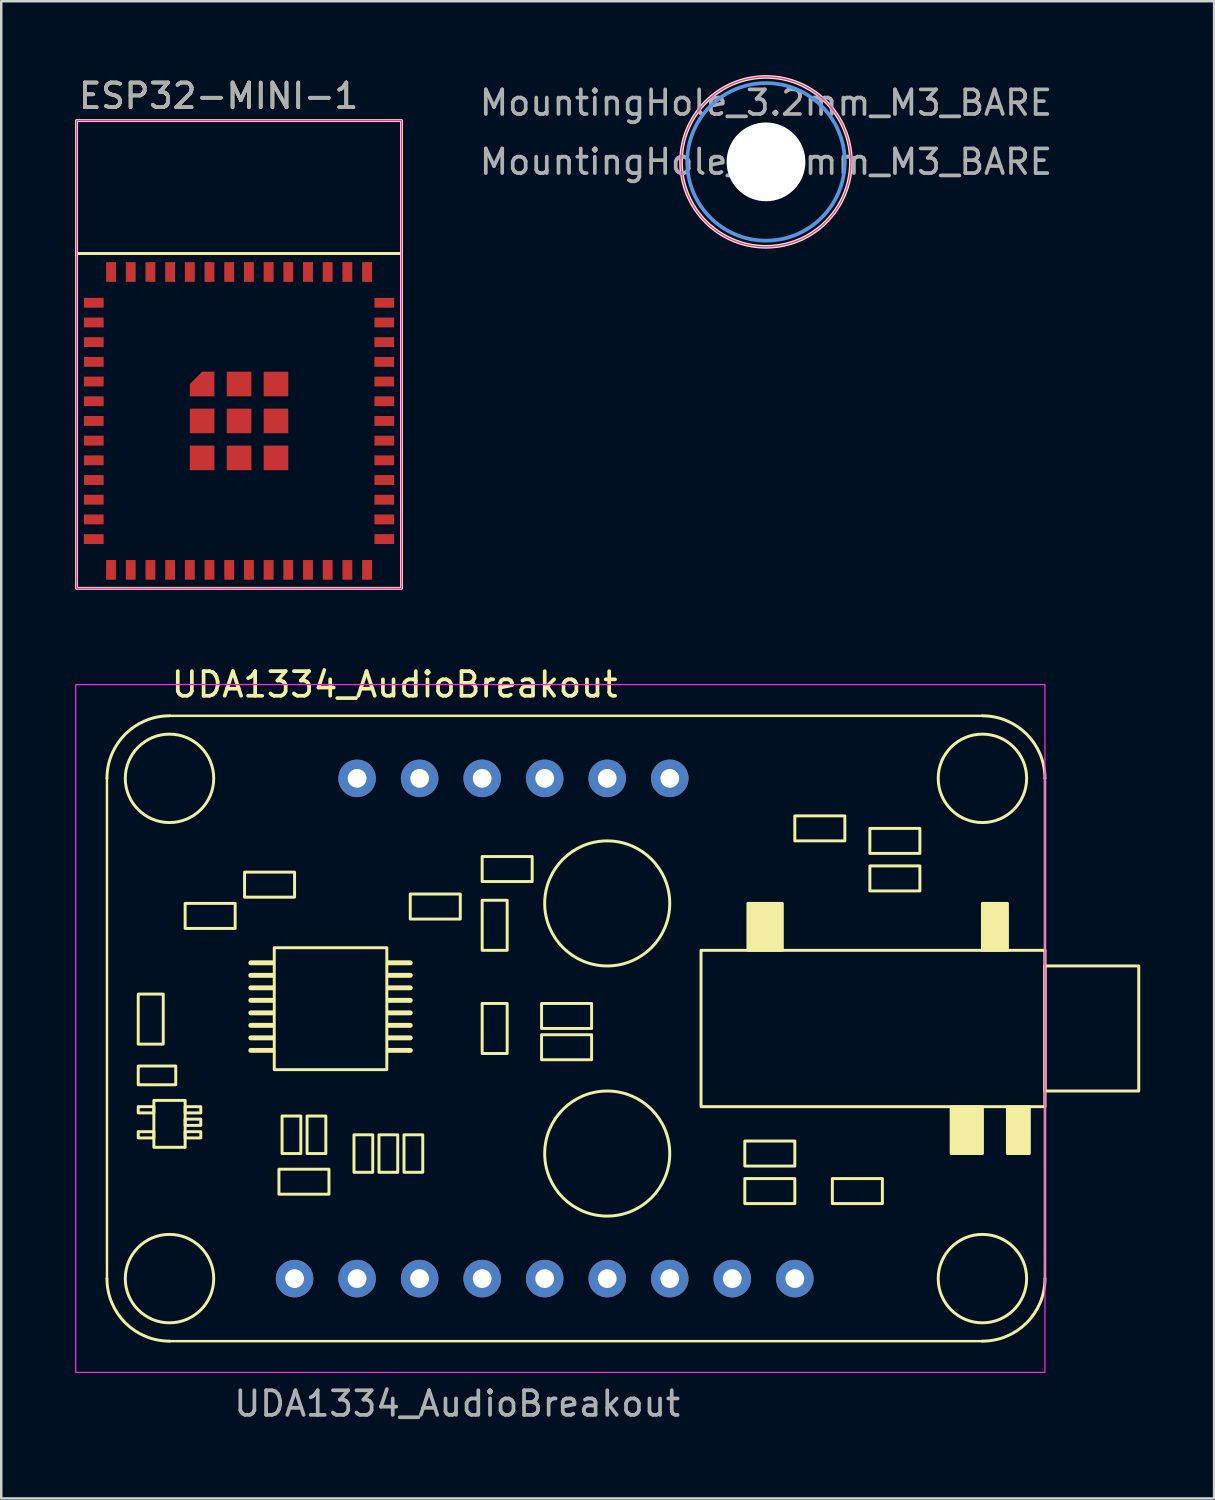
<source format=kicad_pcb>
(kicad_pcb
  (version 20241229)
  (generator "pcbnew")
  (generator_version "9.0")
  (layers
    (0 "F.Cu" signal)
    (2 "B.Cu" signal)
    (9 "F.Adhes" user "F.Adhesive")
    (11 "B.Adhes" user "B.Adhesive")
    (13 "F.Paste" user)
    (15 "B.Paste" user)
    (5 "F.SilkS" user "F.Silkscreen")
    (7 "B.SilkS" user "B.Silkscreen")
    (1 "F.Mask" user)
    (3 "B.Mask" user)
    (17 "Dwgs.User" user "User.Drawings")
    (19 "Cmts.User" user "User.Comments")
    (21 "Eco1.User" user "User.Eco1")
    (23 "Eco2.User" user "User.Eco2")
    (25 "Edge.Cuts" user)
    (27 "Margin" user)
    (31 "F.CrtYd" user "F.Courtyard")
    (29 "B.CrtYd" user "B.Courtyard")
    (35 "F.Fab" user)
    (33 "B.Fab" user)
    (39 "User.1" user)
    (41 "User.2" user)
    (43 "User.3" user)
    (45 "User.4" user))
  (footprint "MountingHole_3.2mm_M3_BARE"
    (layer "F.Cu")
    (at 28.064 3.525)
    (property "Reference" "MountingHole_3.2mm_M3_BARE" (at 0 -2.4 0) (layer "F.Fab") (effects (font (size 1 1) (thickness 0.15))))
    (attr exclude_from_pos_files exclude_from_bom)
    (fp_circle (center 0 0) (end 3.45 0) (stroke (width 0.15) (type solid)) (fill no) (layer "F.SilkS"))
    (fp_circle (center 0 0) (end 3.2 0) (stroke (width 0.15) (type solid)) (fill no) (layer "Cmts.User"))
    (fp_circle (center 0 0) (end 3.45 0) (stroke (width 0.05) (type solid)) (fill no) (layer "F.CrtYd"))
    (fp_text user "${REFERENCE}" (at 0 0 0) (layer "F.Fab") (effects (font (size 1 1) (thickness 0.15))))
    (pad "" np_thru_hole circle (at 0 0) (size 3.2 3.2) (drill 3.2) (layers "*.Cu" "*.Mask"))
    (zone (net_name "") (layers "F.Cu" "F.Mask" "B.Cu" "B.Mask" "F.Adhes" "B.Adhes" "F.Paste" "B.Paste") (name "MOUNT_FR4_BARE") (hatch edge 0.508) (connect_pads) (min_thickness 0.254) (filled_areas_thickness no) (keepout (tracks not_allowed) (vias not_allowed) (pads allowed) (copperpour not_allowed) (footprints not_allowed)) (placement (enabled no)) (fill) (polygon (pts (xy 31.469 3.525) (xy 31.449 3.157) (xy 31.39 2.794) (xy 31.291 2.439) (xy 31.155 2.097) (xy 30.983 1.771) (xy 30.776 1.466) (xy 30.538 1.185) (xy 30.271 0.932) (xy 29.978 0.709) (xy 29.663 0.519) (xy 29.329 0.364) (xy 28.98 0.245) (xy 28.62 0.166) (xy 28.254 0.125) (xy 27.886 0.125) (xy 27.52 0.164) (xy 27.16 0.242) (xy 26.811 0.359) (xy 26.476 0.513) (xy 26.16 0.702) (xy 25.866 0.924) (xy 25.598 1.177) (xy 25.359 1.457) (xy 25.152 1.761) (xy 24.978 2.086) (xy 24.841 2.428) (xy 24.741 2.782) (xy 24.68 3.145) (xy 24.659 3.513) (xy 24.678 3.881) (xy 24.736 4.245) (xy 24.833 4.6) (xy 24.968 4.942) (xy 25.139 5.269) (xy 25.345 5.574) (xy 25.582 5.856) (xy 25.848 6.11) (xy 26.14 6.335) (xy 26.455 6.526) (xy 26.789 6.682) (xy 27.137 6.801) (xy 27.496 6.882) (xy 27.862 6.924) (xy 28.23 6.926) (xy 28.597 6.888) (xy 28.957 6.811) (xy 29.306 6.695) (xy 29.642 6.543) (xy 29.958 6.354) (xy 30.253 6.133) (xy 30.522 5.882) (xy 30.762 5.603) (xy 30.97 5.299) (xy 31.145 4.975) (xy 31.284 4.634) (xy 31.384 4.279) (xy 31.446 3.916) (xy 31.469 3.549)))))
  (footprint "UDA1334_AudioBreakout"
    (layer "F.Cu")
    (at 1.295 26.026)
    (property "Reference" "UDA1334_AudioBreakout" (at 2.54 -1.27 0) (unlocked yes) (layer "F.SilkS") (effects (font (size 1 1) (thickness 0.15)) (justify left)))
    (attr through_hole)
    (fp_line (start 0 22.86) (end 0 2.54) (stroke (width 0.1) (type solid)) (layer "F.SilkS"))
    (fp_line (start 2.54 0) (end 35.56 0) (stroke (width 0.1) (type solid)) (layer "F.SilkS"))
    (fp_line (start 6.731 10.033) (end 5.842 10.033) (stroke (width 0.2) (type solid)) (layer "F.SilkS"))
    (fp_line (start 6.731 10.541) (end 5.842 10.541) (stroke (width 0.2) (type solid)) (layer "F.SilkS"))
    (fp_line (start 6.731 11.049) (end 5.842 11.049) (stroke (width 0.2) (type solid)) (layer "F.SilkS"))
    (fp_line (start 6.731 11.557) (end 5.842 11.557) (stroke (width 0.2) (type solid)) (layer "F.SilkS"))
    (fp_line (start 6.731 12.065) (end 5.842 12.065) (stroke (width 0.2) (type solid)) (layer "F.SilkS"))
    (fp_line (start 6.731 12.573) (end 5.842 12.573) (stroke (width 0.2) (type solid)) (layer "F.SilkS"))
    (fp_line (start 6.731 13.081) (end 5.842 13.081) (stroke (width 0.2) (type solid)) (layer "F.SilkS"))
    (fp_line (start 6.731 13.589) (end 5.842 13.589) (stroke (width 0.2) (type solid)) (layer "F.SilkS"))
    (fp_line (start 11.43 10.033) (end 12.319 10.033) (stroke (width 0.2) (type solid)) (layer "F.SilkS"))
    (fp_line (start 11.43 10.541) (end 12.319 10.541) (stroke (width 0.2) (type solid)) (layer "F.SilkS"))
    (fp_line (start 11.43 11.049) (end 12.319 11.049) (stroke (width 0.2) (type solid)) (layer "F.SilkS"))
    (fp_line (start 11.43 11.557) (end 12.319 11.557) (stroke (width 0.2) (type solid)) (layer "F.SilkS"))
    (fp_line (start 11.43 12.065) (end 12.319 12.065) (stroke (width 0.2) (type solid)) (layer "F.SilkS"))
    (fp_line (start 11.43 12.573) (end 12.319 12.573) (stroke (width 0.2) (type solid)) (layer "F.SilkS"))
    (fp_line (start 11.43 13.081) (end 12.319 13.081) (stroke (width 0.2) (type solid)) (layer "F.SilkS"))
    (fp_line (start 11.43 13.589) (end 12.319 13.589) (stroke (width 0.2) (type solid)) (layer "F.SilkS"))
    (fp_line (start 35.56 25.4) (end 2.54 25.4) (stroke (width 0.1) (type solid)) (layer "F.SilkS"))
    (fp_line (start 38.1 2.54) (end 38.1 22.86) (stroke (width 0.1) (type solid)) (layer "F.SilkS"))
    (fp_rect (start 1.27 13.335) (end 2.286 11.303) (stroke (width 0.12) (type solid)) (fill no) (layer "F.SilkS"))
    (fp_rect (start 1.27 14.986) (end 2.794 14.224) (stroke (width 0.12) (type solid)) (fill no) (layer "F.SilkS"))
    (fp_rect (start 1.905 16.129) (end 1.27 15.875) (stroke (width 0.12) (type solid)) (fill no) (layer "F.SilkS"))
    (fp_rect (start 1.905 17.145) (end 1.27 16.891) (stroke (width 0.12) (type solid)) (fill no) (layer "F.SilkS"))
    (fp_rect (start 3.175 7.62) (end 5.207 8.636) (stroke (width 0.12) (type solid)) (fill no) (layer "F.SilkS"))
    (fp_rect (start 3.175 15.621) (end 1.905 17.526) (stroke (width 0.12) (type solid)) (fill no) (layer "F.SilkS"))
    (fp_rect (start 3.81 16.129) (end 3.175 15.875) (stroke (width 0.12) (type solid)) (fill no) (layer "F.SilkS"))
    (fp_rect (start 3.81 16.637) (end 3.175 16.383) (stroke (width 0.12) (type solid)) (fill no) (layer "F.SilkS"))
    (fp_rect (start 3.81 17.145) (end 3.175 16.891) (stroke (width 0.12) (type solid)) (fill no) (layer "F.SilkS"))
    (fp_rect (start 5.588 6.35) (end 7.62 7.366) (stroke (width 0.12) (type solid)) (fill no) (layer "F.SilkS"))
    (fp_rect (start 6.795 9.42) (end 11.367 14.373) (stroke (width 0.12) (type solid)) (fill no) (layer "F.SilkS"))
    (fp_rect (start 6.985 18.415) (end 9.017 19.431) (stroke (width 0.12) (type solid)) (fill no) (layer "F.SilkS"))
    (fp_rect (start 7.112 16.256) (end 7.874 17.78) (stroke (width 0.12) (type solid)) (fill no) (layer "F.SilkS"))
    (fp_rect (start 8.128 16.256) (end 8.89 17.78) (stroke (width 0.12) (type solid)) (fill no) (layer "F.SilkS"))
    (fp_rect (start 10.033 17.018) (end 10.795 18.542) (stroke (width 0.12) (type solid)) (fill no) (layer "F.SilkS"))
    (fp_rect (start 11.049 17.018) (end 11.811 18.542) (stroke (width 0.12) (type solid)) (fill no) (layer "F.SilkS"))
    (fp_rect (start 12.065 17.018) (end 12.827 18.542) (stroke (width 0.12) (type solid)) (fill no) (layer "F.SilkS"))
    (fp_rect (start 12.319 7.239) (end 14.351 8.255) (stroke (width 0.12) (type solid)) (fill no) (layer "F.SilkS"))
    (fp_rect (start 15.24 5.715) (end 17.272 6.731) (stroke (width 0.12) (type solid)) (fill no) (layer "F.SilkS"))
    (fp_rect (start 15.24 9.525) (end 16.256 7.493) (stroke (width 0.12) (type solid)) (fill no) (layer "F.SilkS"))
    (fp_rect (start 15.24 13.716) (end 16.256 11.684) (stroke (width 0.12) (type solid)) (fill no) (layer "F.SilkS"))
    (fp_rect (start 19.685 12.7) (end 17.653 11.684) (stroke (width 0.12) (type solid)) (fill no) (layer "F.SilkS"))
    (fp_rect (start 19.685 13.97) (end 17.653 12.954) (stroke (width 0.12) (type solid)) (fill no) (layer "F.SilkS"))
    (fp_rect (start 24.13 9.525) (end 38.1 15.875) (stroke (width 0.12) (type solid)) (fill no) (layer "F.SilkS"))
    (fp_rect (start 26.035 9.525) (end 27.432 7.62) (stroke (width 0.12) (type solid)) (fill yes) (layer "F.SilkS"))
    (fp_rect (start 27.94 18.288) (end 25.908 17.272) (stroke (width 0.12) (type solid)) (fill no) (layer "F.SilkS"))
    (fp_rect (start 27.94 19.812) (end 25.908 18.796) (stroke (width 0.12) (type solid)) (fill no) (layer "F.SilkS"))
    (fp_rect (start 29.972 5.08) (end 27.94 4.064) (stroke (width 0.12) (type solid)) (fill no) (layer "F.SilkS"))
    (fp_rect (start 31.496 19.812) (end 29.464 18.796) (stroke (width 0.12) (type solid)) (fill no) (layer "F.SilkS"))
    (fp_rect (start 33.02 5.588) (end 30.988 4.572) (stroke (width 0.12) (type solid)) (fill no) (layer "F.SilkS"))
    (fp_rect (start 33.02 7.112) (end 30.988 6.096) (stroke (width 0.12) (type solid)) (fill no) (layer "F.SilkS"))
    (fp_rect (start 35.56 15.875) (end 34.29 17.78) (stroke (width 0.12) (type solid)) (fill yes) (layer "F.SilkS"))
    (fp_rect (start 36.576 9.525) (end 35.56 7.62) (stroke (width 0.12) (type solid)) (fill yes) (layer "F.SilkS"))
    (fp_rect (start 36.576 15.875) (end 37.465 17.78) (stroke (width 0.12) (type solid)) (fill yes) (layer "F.SilkS"))
    (fp_rect (start 38.1 10.16) (end 41.91 15.24) (stroke (width 0.12) (type solid)) (fill no) (layer "F.SilkS"))
    (fp_arc (start 0 2.54) (mid 0.743949 0.743949) (end 2.54 0) (stroke (width 0.12) (type solid)) (layer "F.SilkS"))
    (fp_arc (start 2.54 25.4) (mid 0.743949 24.656051) (end 0 22.86) (stroke (width 0.12) (type solid)) (layer "F.SilkS"))
    (fp_arc (start 35.56 0) (mid 37.356051 0.743949) (end 38.1 2.54) (stroke (width 0.12) (type solid)) (layer "F.SilkS"))
    (fp_arc (start 38.1 22.86) (mid 37.356051 24.656051) (end 35.56 25.4) (stroke (width 0.12) (type solid)) (layer "F.SilkS"))
    (fp_circle (center 2.54 2.54) (end 3.81 1.27) (stroke (width 0.12) (type solid)) (fill no) (layer "F.SilkS"))
    (fp_circle (center 2.54 22.86) (end 3.81 21.59) (stroke (width 0.12) (type solid)) (fill no) (layer "F.SilkS"))
    (fp_circle (center 20.32 7.62) (end 22.86 7.62) (stroke (width 0.12) (type solid)) (fill no) (layer "F.SilkS"))
    (fp_circle (center 20.32 17.78) (end 22.86 17.78) (stroke (width 0.12) (type solid)) (fill no) (layer "F.SilkS"))
    (fp_circle (center 35.56 2.54) (end 36.83 1.27) (stroke (width 0.12) (type solid)) (fill no) (layer "F.SilkS"))
    (fp_circle (center 35.56 22.86) (end 36.83 21.59) (stroke (width 0.12) (type solid)) (fill no) (layer "F.SilkS"))
    (fp_rect (start -1.27 -1.27) (end 38.1 26.67) (stroke (width 0.05) (type solid)) (fill no) (layer "F.CrtYd"))
    (fp_text user "${REFERENCE}" (at 5.08 27.94 0) (unlocked yes) (layer "F.Fab") (effects (font (size 1 1) (thickness 0.15)) (justify left)))
    (pad "1" thru_hole circle (at 7.62 22.86) (size 1.524 1.524) (drill 0.762) (layers "*.Cu" "*.Mask"))
    (pad "2" thru_hole circle (at 10.16 22.86) (size 1.524 1.524) (drill 0.762) (layers "*.Cu" "*.Mask"))
    (pad "3" thru_hole circle (at 12.7 22.86) (size 1.524 1.524) (drill 0.762) (layers "*.Cu" "*.Mask"))
    (pad "4" thru_hole circle (at 15.24 22.86) (size 1.524 1.524) (drill 0.762) (layers "*.Cu" "*.Mask"))
    (pad "5" thru_hole circle (at 17.78 22.86) (size 1.524 1.524) (drill 0.762) (layers "*.Cu" "*.Mask"))
    (pad "6" thru_hole circle (at 20.32 22.86) (size 1.524 1.524) (drill 0.762) (layers "*.Cu" "*.Mask"))
    (pad "7" thru_hole circle (at 22.86 22.86) (size 1.524 1.524) (drill 0.762) (layers "*.Cu" "*.Mask"))
    (pad "8" thru_hole circle (at 25.4 22.86) (size 1.524 1.524) (drill 0.762) (layers "*.Cu" "*.Mask"))
    (pad "9" thru_hole circle (at 27.94 22.86) (size 1.524 1.524) (drill 0.762) (layers "*.Cu" "*.Mask"))
    (pad "10" thru_hole circle (at 22.86 2.54) (size 1.524 1.524) (drill 0.762) (layers "*.Cu" "*.Mask"))
    (pad "11" thru_hole circle (at 20.32 2.54) (size 1.524 1.524) (drill 0.762) (layers "*.Cu" "*.Mask"))
    (pad "12" thru_hole circle (at 17.78 2.54) (size 1.524 1.524) (drill 0.762) (layers "*.Cu" "*.Mask"))
    (pad "13" thru_hole circle (at 15.24 2.54) (size 1.524 1.524) (drill 0.762) (layers "*.Cu" "*.Mask"))
    (pad "14" thru_hole circle (at 12.7 2.54) (size 1.524 1.524) (drill 0.762) (layers "*.Cu" "*.Mask"))
    (pad "15" thru_hole circle (at 10.16 2.54) (size 1.524 1.524) (drill 0.762) (layers "*.Cu" "*.Mask")))
  (footprint "ESP32-MINI-1"
    (layer "F.Cu")
    (at 6.66 14.048)
    (property "Reference" "ESP32-MINI-1" (at -6.6 -13.2 0) (unlocked yes) (layer "F.SilkS") (effects (font (size 1 1) (thickness 0.15)) (justify left)))
    (attr smd)
    (fp_rect (start -6.6 -6.8) (end 6.6 -12.2) (stroke (width 0.12) (type solid)) (fill no) (layer "F.SilkS"))
    (fp_rect (start -6.6 6.8) (end 6.6 -6.8) (stroke (width 0.12) (type solid)) (fill no) (layer "F.SilkS"))
    (fp_rect (start -6.6 6.8) (end 6.6 -12.2) (stroke (width 0.05) (type solid)) (fill no) (layer "F.CrtYd"))
    (fp_text user "${REFERENCE}" (at -6.6 -13.2 0) (unlocked yes) (layer "F.Fab") (effects (font (size 1 1) (thickness 0.15)) (justify left)))
    (pad "1" smd rect (at -5.9 -4.8) (size 0.8 0.4) (layers "F.Cu" "F.Mask" "F.Paste"))
    (pad "2" smd rect (at -5.9 -4) (size 0.8 0.4) (layers "F.Cu" "F.Mask" "F.Paste"))
    (pad "3" smd rect (at -5.9 -3.2) (size 0.8 0.4) (layers "F.Cu" "F.Mask" "F.Paste"))
    (pad "4" smd rect (at -5.9 -2.4) (size 0.8 0.4) (layers "F.Cu" "F.Mask" "F.Paste"))
    (pad "5" smd rect (at -5.9 -1.6) (size 0.8 0.4) (layers "F.Cu" "F.Mask" "F.Paste"))
    (pad "6" smd rect (at -5.9 -0.8) (size 0.8 0.4) (layers "F.Cu" "F.Mask" "F.Paste"))
    (pad "7" smd rect (at -5.9 0) (size 0.8 0.4) (layers "F.Cu" "F.Mask" "F.Paste"))
    (pad "8" smd rect (at -5.9 0.8) (size 0.8 0.4) (layers "F.Cu" "F.Mask" "F.Paste"))
    (pad "9" smd rect (at -5.9 1.6) (size 0.8 0.4) (layers "F.Cu" "F.Mask" "F.Paste"))
    (pad "10" smd rect (at -5.9 2.4) (size 0.8 0.4) (layers "F.Cu" "F.Mask" "F.Paste"))
    (pad "11" smd rect (at -5.9 3.2) (size 0.8 0.4) (layers "F.Cu" "F.Mask" "F.Paste"))
    (pad "12" smd rect (at -5.9 4) (size 0.8 0.4) (layers "F.Cu" "F.Mask" "F.Paste"))
    (pad "13" smd rect (at -5.9 4.8) (size 0.8 0.4) (layers "F.Cu" "F.Mask" "F.Paste"))
    (pad "14" smd rect (at -5.2 6.05) (size 0.4 0.8) (layers "F.Cu" "F.Mask" "F.Paste"))
    (pad "15" smd rect (at -4.4 6.05) (size 0.4 0.8) (layers "F.Cu" "F.Mask" "F.Paste"))
    (pad "16" smd rect (at -3.6 6.05) (size 0.4 0.8) (layers "F.Cu" "F.Mask" "F.Paste"))
    (pad "17" smd rect (at -2.8 6.05) (size 0.4 0.8) (layers "F.Cu" "F.Mask" "F.Paste"))
    (pad "18" smd rect (at -2 6.05) (size 0.4 0.8) (layers "F.Cu" "F.Mask" "F.Paste"))
    (pad "19" smd rect (at -1.2 6.05) (size 0.4 0.8) (layers "F.Cu" "F.Mask" "F.Paste"))
    (pad "20" smd rect (at -0.4 6.05) (size 0.4 0.8) (layers "F.Cu" "F.Mask" "F.Paste"))
    (pad "21" smd rect (at 0.4 6.05) (size 0.4 0.8) (layers "F.Cu" "F.Mask" "F.Paste"))
    (pad "22" smd rect (at 1.2 6.05) (size 0.4 0.8) (layers "F.Cu" "F.Mask" "F.Paste"))
    (pad "23" smd rect (at 2 6.05) (size 0.4 0.8) (layers "F.Cu" "F.Mask" "F.Paste"))
    (pad "24" smd rect (at 2.8 6.05) (size 0.4 0.8) (layers "F.Cu" "F.Mask" "F.Paste"))
    (pad "25" smd rect (at 3.6 6.05) (size 0.4 0.8) (layers "F.Cu" "F.Mask" "F.Paste"))
    (pad "26" smd rect (at 4.4 6.05) (size 0.4 0.8) (layers "F.Cu" "F.Mask" "F.Paste"))
    (pad "27" smd rect (at 5.2 6.05) (size 0.4 0.8) (layers "F.Cu" "F.Mask" "F.Paste"))
    (pad "28" smd rect (at 5.9 4.8) (size 0.8 0.4) (layers "F.Cu" "F.Mask" "F.Paste"))
    (pad "29" smd rect (at 5.9 4) (size 0.8 0.4) (layers "F.Cu" "F.Mask" "F.Paste"))
    (pad "30" smd rect (at 5.9 3.2) (size 0.8 0.4) (layers "F.Cu" "F.Mask" "F.Paste"))
    (pad "31" smd rect (at 5.9 2.4) (size 0.8 0.4) (layers "F.Cu" "F.Mask" "F.Paste"))
    (pad "32" smd rect (at 5.9 1.6) (size 0.8 0.4) (layers "F.Cu" "F.Mask" "F.Paste"))
    (pad "33" smd rect (at 5.9 0.8) (size 0.8 0.4) (layers "F.Cu" "F.Mask" "F.Paste"))
    (pad "34" smd rect (at 5.9 0) (size 0.8 0.4) (layers "F.Cu" "F.Mask" "F.Paste"))
    (pad "35" smd rect (at 5.9 -0.8) (size 0.8 0.4) (layers "F.Cu" "F.Mask" "F.Paste"))
    (pad "36" smd rect (at 5.9 -1.6) (size 0.8 0.4) (layers "F.Cu" "F.Mask" "F.Paste"))
    (pad "37" smd rect (at 5.9 -2.4) (size 0.8 0.4) (layers "F.Cu" "F.Mask" "F.Paste"))
    (pad "38" smd rect (at 5.9 -3.2) (size 0.8 0.4) (layers "F.Cu" "F.Mask" "F.Paste"))
    (pad "39" smd rect (at 5.9 -4) (size 0.8 0.4) (layers "F.Cu" "F.Mask" "F.Paste"))
    (pad "40" smd rect (at 5.9 -4.8) (size 0.8 0.4) (layers "F.Cu" "F.Mask" "F.Paste"))
    (pad "41" smd rect (at 5.2 -6.05) (size 0.4 0.8) (layers "F.Cu" "F.Mask" "F.Paste"))
    (pad "42" smd rect (at 4.4 -6.05) (size 0.4 0.8) (layers "F.Cu" "F.Mask" "F.Paste"))
    (pad "43" smd rect (at 3.6 -6.05) (size 0.4 0.8) (layers "F.Cu" "F.Mask" "F.Paste"))
    (pad "44" smd rect (at 2.8 -6.05) (size 0.4 0.8) (layers "F.Cu" "F.Mask" "F.Paste"))
    (pad "45" smd rect (at 2 -6.05) (size 0.4 0.8) (layers "F.Cu" "F.Mask" "F.Paste"))
    (pad "46" smd rect (at 1.2 -6.05) (size 0.4 0.8) (layers "F.Cu" "F.Mask" "F.Paste"))
    (pad "47" smd rect (at 0.4 -6.05) (size 0.4 0.8) (layers "F.Cu" "F.Mask" "F.Paste"))
    (pad "48" smd rect (at -0.4 -6.05) (size 0.4 0.8) (layers "F.Cu" "F.Mask" "F.Paste"))
    (pad "49" smd rect (at -1.2 -6.05) (size 0.4 0.8) (layers "F.Cu" "F.Mask" "F.Paste"))
    (pad "50" smd rect (at -2 -6.05) (size 0.4 0.8) (layers "F.Cu" "F.Mask" "F.Paste"))
    (pad "51" smd rect (at -2.8 -6.05) (size 0.4 0.8) (layers "F.Cu" "F.Mask" "F.Paste"))
    (pad "52" smd rect (at -3.6 -6.05) (size 0.4 0.8) (layers "F.Cu" "F.Mask" "F.Paste"))
    (pad "53" smd rect (at -4.4 -6.05) (size 0.4 0.8) (layers "F.Cu" "F.Mask" "F.Paste"))
    (pad "54" smd rect (at -5.2 -6.05) (size 0.4 0.8) (layers "F.Cu" "F.Mask" "F.Paste"))
    (pad "55" smd roundrect (at -1.5 -1.5) (size 1 1) (layers "F.Cu" "F.Mask" "F.Paste") (roundrect_rratio 0) (chamfer_ratio 0.5) (chamfer top_left))
    (pad "55" smd rect (at -1.5 0) (size 1 1) (layers "F.Cu" "F.Mask" "F.Paste"))
    (pad "55" smd rect (at -1.5 1.5) (size 1 1) (layers "F.Cu" "F.Mask" "F.Paste"))
    (pad "55" smd rect (at 0 -1.5) (size 1 1) (layers "F.Cu" "F.Mask" "F.Paste"))
    (pad "55" smd rect (at 0 0) (size 1 1) (layers "F.Cu" "F.Mask" "F.Paste"))
    (pad "55" smd rect (at 0 1.5) (size 1 1) (layers "F.Cu" "F.Mask" "F.Paste"))
    (pad "55" smd rect (at 1.5 -1.5) (size 1 1) (layers "F.Cu" "F.Mask" "F.Paste"))
    (pad "55" smd rect (at 1.5 0) (size 1 1) (layers "F.Cu" "F.Mask" "F.Paste"))
    (pad "55" smd rect (at 1.5 1.5) (size 1 1) (layers "F.Cu" "F.Mask" "F.Paste"))
    (zone (net_name "") (layers "F.Cu" "B.Cu") (name "WIFI-KEEPOUT") (hatch edge 0.508) (connect_pads) (min_thickness 0.254) (filled_areas_thickness no) (keepout (tracks not_allowed) (vias not_allowed) (pads not_allowed) (copperpour not_allowed) (footprints not_allowed)) (placement (enabled no)) (fill) (polygon (pts (xy 13.26 7.248) (xy 0.06 7.248) (xy 0.06 1.848) (xy 13.26 1.848)))))
  (gr_rect
    (start -3 -3)
    (end 46.265 57.815)
    (stroke (width 0.1) (type default))
    (fill no)
    (layer "Edge.Cuts")))
</source>
